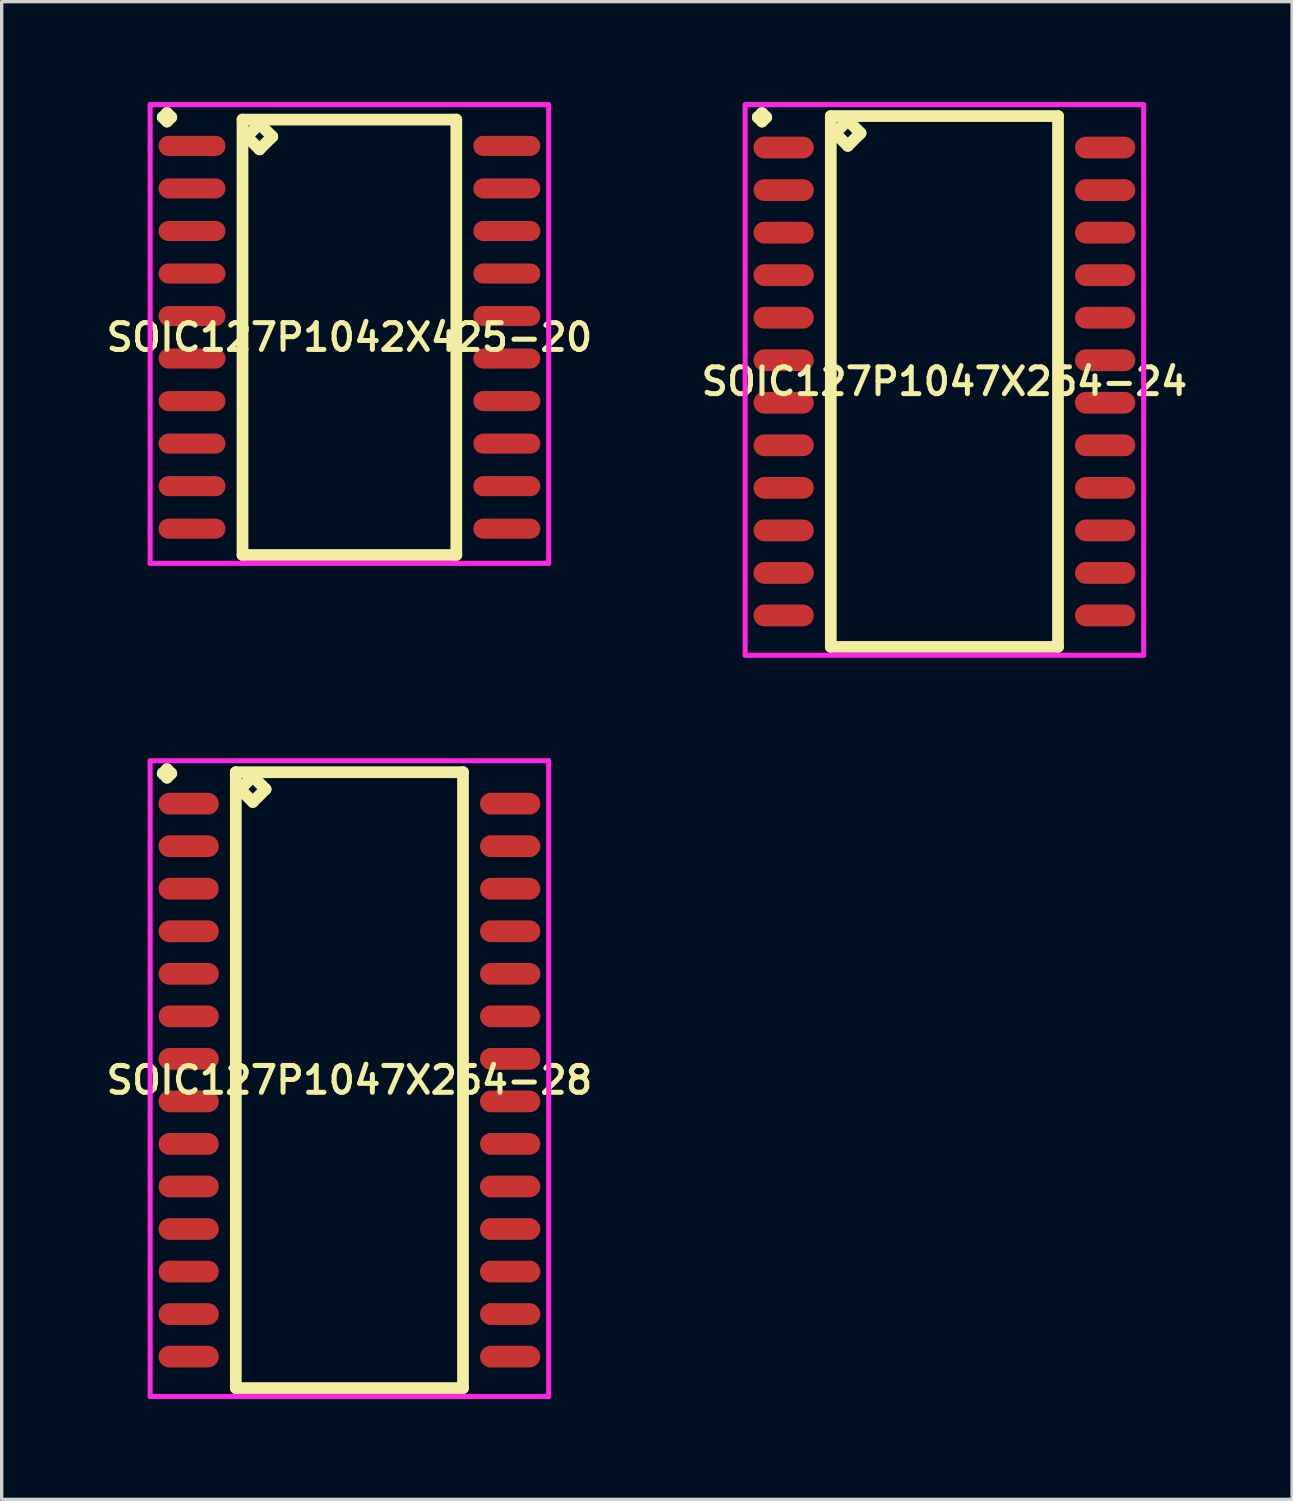
<source format=kicad_pcb>
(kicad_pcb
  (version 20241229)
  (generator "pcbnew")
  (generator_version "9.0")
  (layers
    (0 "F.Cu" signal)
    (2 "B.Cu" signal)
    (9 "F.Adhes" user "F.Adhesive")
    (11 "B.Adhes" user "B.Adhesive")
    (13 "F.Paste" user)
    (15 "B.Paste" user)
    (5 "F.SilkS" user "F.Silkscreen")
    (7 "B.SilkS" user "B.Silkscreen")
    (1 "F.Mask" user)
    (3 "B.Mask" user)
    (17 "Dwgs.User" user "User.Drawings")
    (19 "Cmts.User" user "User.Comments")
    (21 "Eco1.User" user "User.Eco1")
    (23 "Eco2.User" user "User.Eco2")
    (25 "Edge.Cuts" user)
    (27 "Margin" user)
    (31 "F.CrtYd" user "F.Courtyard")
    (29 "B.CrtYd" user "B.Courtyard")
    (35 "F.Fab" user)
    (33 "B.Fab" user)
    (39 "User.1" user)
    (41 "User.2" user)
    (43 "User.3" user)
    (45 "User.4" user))
  (footprint "SOIC127P1047X264-28"
    (layer "F.Cu")
    (at 7.383 29.202)
    (property "Reference" "SOIC127P1047X264-28" (at 0 0 0) (layer "F.SilkS") (effects (font (size 0.8 0.8) (thickness 0.15))))
    (attr smd)
    (fp_line (start -5.573 -9.159) (end -5.446 -9.286) (stroke (width 0.35) (type solid)) (layer "F.SilkS"))
    (fp_line (start -5.446 -9.286) (end -5.319 -9.159) (stroke (width 0.35) (type solid)) (layer "F.SilkS"))
    (fp_line (start -5.446 -9.032) (end -5.573 -9.159) (stroke (width 0.35) (type solid)) (layer "F.SilkS"))
    (fp_line (start -5.319 -9.159) (end -5.446 -9.032) (stroke (width 0.35) (type solid)) (layer "F.SilkS"))
    (fp_line (start -3.392 -9.195) (end -3.392 9.195) (stroke (width 0.35) (type solid)) (layer "F.SilkS"))
    (fp_line (start -3.392 9.195) (end 3.392 9.195) (stroke (width 0.35) (type solid)) (layer "F.SilkS"))
    (fp_line (start -3.265 -8.687) (end -2.884 -9.068) (stroke (width 0.35) (type solid)) (layer "F.SilkS"))
    (fp_line (start -2.884 -9.068) (end -2.503 -8.687) (stroke (width 0.35) (type solid)) (layer "F.SilkS"))
    (fp_line (start -2.884 -8.306) (end -3.265 -8.687) (stroke (width 0.35) (type solid)) (layer "F.SilkS"))
    (fp_line (start -2.503 -8.687) (end -2.884 -8.306) (stroke (width 0.35) (type solid)) (layer "F.SilkS"))
    (fp_line (start 3.392 -9.195) (end -3.392 -9.195) (stroke (width 0.35) (type solid)) (layer "F.SilkS"))
    (fp_line (start 3.392 9.195) (end 3.392 -9.195) (stroke (width 0.35) (type solid)) (layer "F.SilkS"))
    (fp_line (start -5.95 -9.536) (end 5.95 -9.536) (stroke (width 0.15) (type solid)) (layer "F.CrtYd"))
    (fp_line (start -5.95 9.445) (end -5.95 -9.536) (stroke (width 0.15) (type solid)) (layer "F.CrtYd"))
    (fp_line (start 5.95 -9.536) (end 5.95 9.445) (stroke (width 0.15) (type solid)) (layer "F.CrtYd"))
    (fp_line (start 5.95 9.445) (end -5.95 9.445) (stroke (width 0.15) (type solid)) (layer "F.CrtYd"))
    (pad "1" smd oval (at -4.8 -8.255) (size 1.8 0.65) (layers "F.Cu" "F.Mask" "F.Paste"))
    (pad "2" smd oval (at -4.8 -6.985) (size 1.8 0.65) (layers "F.Cu" "F.Mask" "F.Paste"))
    (pad "3" smd oval (at -4.8 -5.715) (size 1.8 0.65) (layers "F.Cu" "F.Mask" "F.Paste"))
    (pad "4" smd oval (at -4.8 -4.445) (size 1.8 0.65) (layers "F.Cu" "F.Mask" "F.Paste"))
    (pad "5" smd oval (at -4.8 -3.175) (size 1.8 0.65) (layers "F.Cu" "F.Mask" "F.Paste"))
    (pad "6" smd oval (at -4.8 -1.905) (size 1.8 0.65) (layers "F.Cu" "F.Mask" "F.Paste"))
    (pad "7" smd oval (at -4.8 -0.635) (size 1.8 0.65) (layers "F.Cu" "F.Mask" "F.Paste"))
    (pad "8" smd oval (at -4.8 0.635) (size 1.8 0.65) (layers "F.Cu" "F.Mask" "F.Paste"))
    (pad "9" smd oval (at -4.8 1.905) (size 1.8 0.65) (layers "F.Cu" "F.Mask" "F.Paste"))
    (pad "10" smd oval (at -4.8 3.175) (size 1.8 0.65) (layers "F.Cu" "F.Mask" "F.Paste"))
    (pad "11" smd oval (at -4.8 4.445) (size 1.8 0.65) (layers "F.Cu" "F.Mask" "F.Paste"))
    (pad "12" smd oval (at -4.8 5.715) (size 1.8 0.65) (layers "F.Cu" "F.Mask" "F.Paste"))
    (pad "13" smd oval (at -4.8 6.985) (size 1.8 0.65) (layers "F.Cu" "F.Mask" "F.Paste"))
    (pad "14" smd oval (at -4.8 8.255) (size 1.8 0.65) (layers "F.Cu" "F.Mask" "F.Paste"))
    (pad "15" smd oval (at 4.8 8.255) (size 1.8 0.65) (layers "F.Cu" "F.Mask" "F.Paste"))
    (pad "16" smd oval (at 4.8 6.985) (size 1.8 0.65) (layers "F.Cu" "F.Mask" "F.Paste"))
    (pad "17" smd oval (at 4.8 5.715) (size 1.8 0.65) (layers "F.Cu" "F.Mask" "F.Paste"))
    (pad "18" smd oval (at 4.8 4.445) (size 1.8 0.65) (layers "F.Cu" "F.Mask" "F.Paste"))
    (pad "19" smd oval (at 4.8 3.175) (size 1.8 0.65) (layers "F.Cu" "F.Mask" "F.Paste"))
    (pad "20" smd oval (at 4.8 1.905) (size 1.8 0.65) (layers "F.Cu" "F.Mask" "F.Paste"))
    (pad "21" smd oval (at 4.8 0.635) (size 1.8 0.65) (layers "F.Cu" "F.Mask" "F.Paste"))
    (pad "22" smd oval (at 4.8 -0.635) (size 1.8 0.65) (layers "F.Cu" "F.Mask" "F.Paste"))
    (pad "23" smd oval (at 4.8 -1.905) (size 1.8 0.65) (layers "F.Cu" "F.Mask" "F.Paste"))
    (pad "24" smd oval (at 4.8 -3.175) (size 1.8 0.65) (layers "F.Cu" "F.Mask" "F.Paste"))
    (pad "25" smd oval (at 4.8 -4.445) (size 1.8 0.65) (layers "F.Cu" "F.Mask" "F.Paste"))
    (pad "26" smd oval (at 4.8 -5.715) (size 1.8 0.65) (layers "F.Cu" "F.Mask" "F.Paste"))
    (pad "27" smd oval (at 4.8 -6.985) (size 1.8 0.65) (layers "F.Cu" "F.Mask" "F.Paste"))
    (pad "28" smd oval (at 4.8 -8.255) (size 1.8 0.65) (layers "F.Cu" "F.Mask" "F.Paste")))
  (footprint "SOIC127P1047X264-24"
    (layer "F.Cu")
    (at 25.149 8.341)
    (property "Reference" "SOIC127P1047X264-24" (at 0 0 0) (layer "F.SilkS") (effects (font (size 0.8 0.8) (thickness 0.15))))
    (attr through_hole)
    (fp_line (start -5.573 -7.889) (end -5.446 -8.016) (stroke (width 0.35) (type solid)) (layer "F.SilkS"))
    (fp_line (start -5.446 -8.016) (end -5.319 -7.889) (stroke (width 0.35) (type solid)) (layer "F.SilkS"))
    (fp_line (start -5.446 -7.762) (end -5.573 -7.889) (stroke (width 0.35) (type solid)) (layer "F.SilkS"))
    (fp_line (start -5.319 -7.889) (end -5.446 -7.762) (stroke (width 0.35) (type solid)) (layer "F.SilkS"))
    (fp_line (start -3.392 -7.925) (end -3.392 7.925) (stroke (width 0.35) (type solid)) (layer "F.SilkS"))
    (fp_line (start -3.392 7.925) (end 3.392 7.925) (stroke (width 0.35) (type solid)) (layer "F.SilkS"))
    (fp_line (start -3.265 -7.417) (end -2.884 -7.798) (stroke (width 0.35) (type solid)) (layer "F.SilkS"))
    (fp_line (start -2.884 -7.798) (end -2.503 -7.417) (stroke (width 0.35) (type solid)) (layer "F.SilkS"))
    (fp_line (start -2.884 -7.036) (end -3.265 -7.417) (stroke (width 0.35) (type solid)) (layer "F.SilkS"))
    (fp_line (start -2.503 -7.417) (end -2.884 -7.036) (stroke (width 0.35) (type solid)) (layer "F.SilkS"))
    (fp_line (start 3.392 -7.925) (end -3.392 -7.925) (stroke (width 0.35) (type solid)) (layer "F.SilkS"))
    (fp_line (start 3.392 7.925) (end 3.392 -7.925) (stroke (width 0.35) (type solid)) (layer "F.SilkS"))
    (fp_line (start -5.95 -8.266) (end 5.95 -8.266) (stroke (width 0.15) (type solid)) (layer "F.CrtYd"))
    (fp_line (start -5.95 8.175) (end -5.95 -8.266) (stroke (width 0.15) (type solid)) (layer "F.CrtYd"))
    (fp_line (start 5.95 -8.266) (end 5.95 8.175) (stroke (width 0.15) (type solid)) (layer "F.CrtYd"))
    (fp_line (start 5.95 8.175) (end -5.95 8.175) (stroke (width 0.15) (type solid)) (layer "F.CrtYd"))
    (pad "1" smd oval (at -4.8 -6.985) (size 1.8 0.65) (layers "F.Cu" "F.Mask" "F.Paste"))
    (pad "2" smd oval (at -4.8 -5.715) (size 1.8 0.65) (layers "F.Cu" "F.Mask" "F.Paste"))
    (pad "3" smd oval (at -4.8 -4.445) (size 1.8 0.65) (layers "F.Cu" "F.Mask" "F.Paste"))
    (pad "4" smd oval (at -4.8 -3.175) (size 1.8 0.65) (layers "F.Cu" "F.Mask" "F.Paste"))
    (pad "5" smd oval (at -4.8 -1.905) (size 1.8 0.65) (layers "F.Cu" "F.Mask" "F.Paste"))
    (pad "6" smd oval (at -4.8 -0.635) (size 1.8 0.65) (layers "F.Cu" "F.Mask" "F.Paste"))
    (pad "7" smd oval (at -4.8 0.635) (size 1.8 0.65) (layers "F.Cu" "F.Mask" "F.Paste"))
    (pad "8" smd oval (at -4.8 1.905) (size 1.8 0.65) (layers "F.Cu" "F.Mask" "F.Paste"))
    (pad "9" smd oval (at -4.8 3.175) (size 1.8 0.65) (layers "F.Cu" "F.Mask" "F.Paste"))
    (pad "10" smd oval (at -4.8 4.445) (size 1.8 0.65) (layers "F.Cu" "F.Mask" "F.Paste"))
    (pad "11" smd oval (at -4.8 5.715) (size 1.8 0.65) (layers "F.Cu" "F.Mask" "F.Paste"))
    (pad "12" smd oval (at -4.8 6.985) (size 1.8 0.65) (layers "F.Cu" "F.Mask" "F.Paste"))
    (pad "13" smd oval (at 4.8 6.985) (size 1.8 0.65) (layers "F.Cu" "F.Mask" "F.Paste"))
    (pad "14" smd oval (at 4.8 5.715) (size 1.8 0.65) (layers "F.Cu" "F.Mask" "F.Paste"))
    (pad "15" smd oval (at 4.8 4.445) (size 1.8 0.65) (layers "F.Cu" "F.Mask" "F.Paste"))
    (pad "16" smd oval (at 4.8 3.175) (size 1.8 0.65) (layers "F.Cu" "F.Mask" "F.Paste"))
    (pad "17" smd oval (at 4.8 1.905) (size 1.8 0.65) (layers "F.Cu" "F.Mask" "F.Paste"))
    (pad "18" smd oval (at 4.8 0.635) (size 1.8 0.65) (layers "F.Cu" "F.Mask" "F.Paste"))
    (pad "19" smd oval (at 4.8 -0.635) (size 1.8 0.65) (layers "F.Cu" "F.Mask" "F.Paste"))
    (pad "20" smd oval (at 4.8 -1.905) (size 1.8 0.65) (layers "F.Cu" "F.Mask" "F.Paste"))
    (pad "21" smd oval (at 4.8 -3.175) (size 1.8 0.65) (layers "F.Cu" "F.Mask" "F.Paste"))
    (pad "22" smd oval (at 4.8 -4.445) (size 1.8 0.65) (layers "F.Cu" "F.Mask" "F.Paste"))
    (pad "23" smd oval (at 4.8 -5.715) (size 1.8 0.65) (layers "F.Cu" "F.Mask" "F.Paste"))
    (pad "24" smd oval (at 4.8 -6.985) (size 1.8 0.65) (layers "F.Cu" "F.Mask" "F.Paste")))
  (footprint "SOIC127P1042X425-20"
    (layer "F.Cu")
    (at 7.383 7.021)
    (property "Reference" "SOIC127P1042X425-20" (at 0 0 0) (layer "F.SilkS") (effects (font (size 0.8 0.8) (thickness 0.15))))
    (attr smd)
    (fp_line (start -5.573 -6.569) (end -5.446 -6.696) (stroke (width 0.35) (type solid)) (layer "F.SilkS"))
    (fp_line (start -5.446 -6.696) (end -5.319 -6.569) (stroke (width 0.35) (type solid)) (layer "F.SilkS"))
    (fp_line (start -5.446 -6.442) (end -5.573 -6.569) (stroke (width 0.35) (type solid)) (layer "F.SilkS"))
    (fp_line (start -5.319 -6.569) (end -5.446 -6.442) (stroke (width 0.35) (type solid)) (layer "F.SilkS"))
    (fp_line (start -3.192 -6.5) (end -3.192 6.5) (stroke (width 0.35) (type solid)) (layer "F.SilkS"))
    (fp_line (start -3.192 6.5) (end 3.192 6.5) (stroke (width 0.35) (type solid)) (layer "F.SilkS"))
    (fp_line (start -3.065 -5.992) (end -2.684 -6.373) (stroke (width 0.35) (type solid)) (layer "F.SilkS"))
    (fp_line (start -2.684 -6.373) (end -2.303 -5.992) (stroke (width 0.35) (type solid)) (layer "F.SilkS"))
    (fp_line (start -2.684 -5.611) (end -3.065 -5.992) (stroke (width 0.35) (type solid)) (layer "F.SilkS"))
    (fp_line (start -2.303 -5.992) (end -2.684 -5.611) (stroke (width 0.35) (type solid)) (layer "F.SilkS"))
    (fp_line (start 3.192 -6.5) (end -3.192 -6.5) (stroke (width 0.35) (type solid)) (layer "F.SilkS"))
    (fp_line (start 3.192 6.5) (end 3.192 -6.5) (stroke (width 0.35) (type solid)) (layer "F.SilkS"))
    (fp_line (start -5.95 -6.946) (end 5.95 -6.946) (stroke (width 0.15) (type solid)) (layer "F.CrtYd"))
    (fp_line (start -5.95 6.75) (end -5.95 -6.946) (stroke (width 0.15) (type solid)) (layer "F.CrtYd"))
    (fp_line (start 5.95 -6.946) (end 5.95 6.75) (stroke (width 0.15) (type solid)) (layer "F.CrtYd"))
    (fp_line (start 5.95 6.75) (end -5.95 6.75) (stroke (width 0.15) (type solid)) (layer "F.CrtYd"))
    (pad "1" smd oval (at -4.7 -5.715) (size 2 0.6) (layers "F.Cu" "F.Mask" "F.Paste"))
    (pad "2" smd oval (at -4.7 -4.445) (size 2 0.6) (layers "F.Cu" "F.Mask" "F.Paste"))
    (pad "3" smd oval (at -4.7 -3.175) (size 2 0.6) (layers "F.Cu" "F.Mask" "F.Paste"))
    (pad "4" smd oval (at -4.7 -1.905) (size 2 0.6) (layers "F.Cu" "F.Mask" "F.Paste"))
    (pad "5" smd oval (at -4.7 -0.635) (size 2 0.6) (layers "F.Cu" "F.Mask" "F.Paste"))
    (pad "6" smd oval (at -4.7 0.635) (size 2 0.6) (layers "F.Cu" "F.Mask" "F.Paste"))
    (pad "7" smd oval (at -4.7 1.905) (size 2 0.6) (layers "F.Cu" "F.Mask" "F.Paste"))
    (pad "8" smd oval (at -4.7 3.175) (size 2 0.6) (layers "F.Cu" "F.Mask" "F.Paste"))
    (pad "9" smd oval (at -4.7 4.445) (size 2 0.6) (layers "F.Cu" "F.Mask" "F.Paste"))
    (pad "10" smd oval (at -4.7 5.715) (size 2 0.6) (layers "F.Cu" "F.Mask" "F.Paste"))
    (pad "11" smd oval (at 4.7 5.715) (size 2 0.6) (layers "F.Cu" "F.Mask" "F.Paste"))
    (pad "12" smd oval (at 4.7 4.445) (size 2 0.6) (layers "F.Cu" "F.Mask" "F.Paste"))
    (pad "13" smd oval (at 4.7 3.175) (size 2 0.6) (layers "F.Cu" "F.Mask" "F.Paste"))
    (pad "14" smd oval (at 4.7 1.905) (size 2 0.6) (layers "F.Cu" "F.Mask" "F.Paste"))
    (pad "15" smd oval (at 4.7 0.635) (size 2 0.6) (layers "F.Cu" "F.Mask" "F.Paste"))
    (pad "16" smd oval (at 4.7 -0.635) (size 2 0.6) (layers "F.Cu" "F.Mask" "F.Paste"))
    (pad "17" smd oval (at 4.7 -1.905) (size 2 0.6) (layers "F.Cu" "F.Mask" "F.Paste"))
    (pad "18" smd oval (at 4.7 -3.175) (size 2 0.6) (layers "F.Cu" "F.Mask" "F.Paste"))
    (pad "19" smd oval (at 4.7 -4.445) (size 2 0.6) (layers "F.Cu" "F.Mask" "F.Paste"))
    (pad "20" smd oval (at 4.7 -5.715) (size 2 0.6) (layers "F.Cu" "F.Mask" "F.Paste")))
  (gr_rect
    (start -3 -3)
    (end 35.532 41.722)
    (stroke (width 0.1) (type default))
    (fill no)
    (layer "Edge.Cuts")))
</source>
